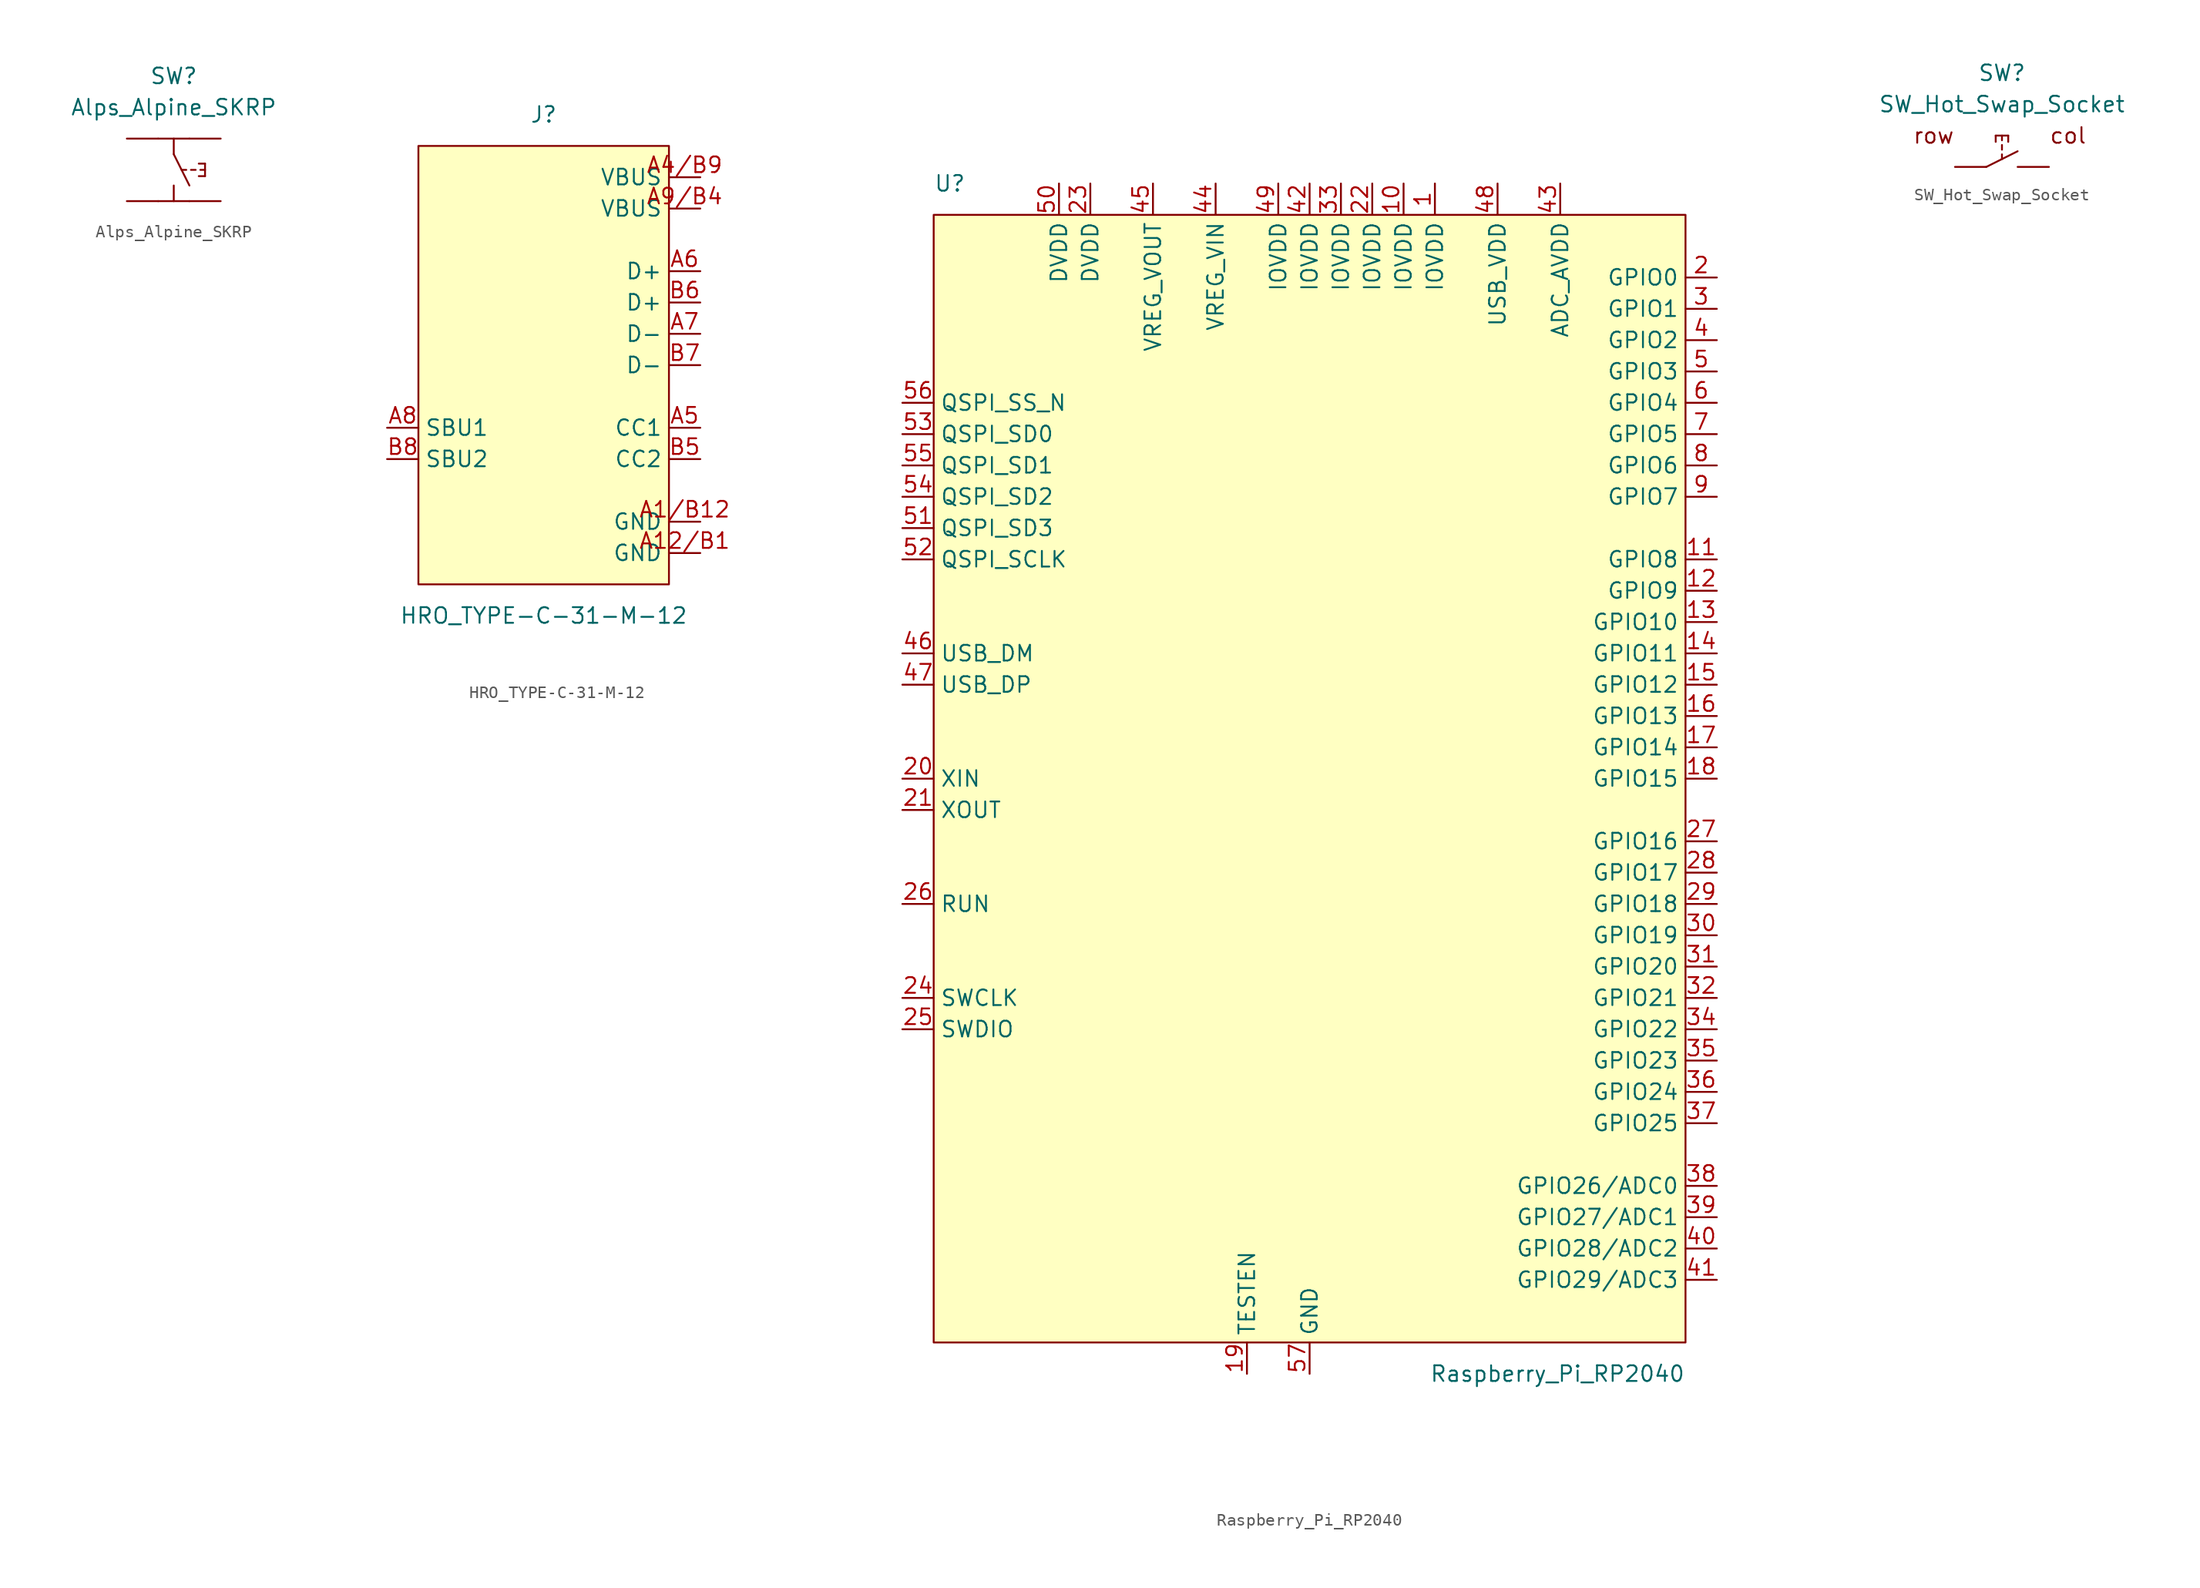
<source format=kicad_sym>
(kicad_symbol_lib
  (version 20220914)
  (generator kicad_symbol_editor)
  (symbol "Alps_Alpine_SKRP"
    (pin_numbers hide)
    (pin_names
      (offset 0) hide)
    (property "Reference" "SW"
      (at 0 7.62 0)
      (effects (font (size 1.27 1.27))))
    (property "Value" "Alps_Alpine_SKRP"
      (at 0 5.08 0)
      (effects (font (size 1.27 1.27))))
    (symbol "Alps_Alpine_SKRP_0_0"
      (polyline (pts (xy 0 1.27) (xy 1.27 -1.27)) (stroke (width 0) (type default) (color 0 0 0 0)) (fill (type none)))
      (polyline (pts (xy 0.635 0) (xy 1.016 0)) (stroke (width 0) (type default) (color 0 0 0 0)) (fill (type none)))
      (polyline (pts (xy 1.397 0) (xy 1.778 0)) (stroke (width 0) (type default) (color 0 0 0 0)) (fill (type none)))
      (polyline (pts (xy 2.032 -0.508) (xy 2.54 -0.508)) (stroke (width 0) (type default) (color 0 0 0 0)) (fill (type none)))
      (polyline (pts (xy 2.032 0.508) (xy 2.54 0.508)) (stroke (width 0) (type default) (color 0 0 0 0)) (fill (type none)))
      (polyline (pts (xy 2.159 0) (xy 2.54 0)) (stroke (width 0) (type default) (color 0 0 0 0)) (fill (type none)))
      (polyline (pts (xy 2.54 0.508) (xy 2.54 -0.508)) (stroke (width 0) (type default) (color 0 0 0 0)) (fill (type none))))
    (symbol "Alps_Alpine_SKRP_0_1"
      (polyline (pts (xy -1.27 -2.54) (xy 1.27 -2.54)) (stroke (width 0) (type default) (color 0 0 0 0)) (fill (type none)))
      (polyline (pts (xy 0 -1.27) (xy 0 -2.54)) (stroke (width 0) (type default) (color 0 0 0 0)) (fill (type none)))
      (polyline (pts (xy 0 2.54) (xy 0 1.27)) (stroke (width 0) (type default) (color 0 0 0 0)) (fill (type none)))
      (polyline (pts (xy 1.27 2.54) (xy -1.27 2.54)) (stroke (width 0) (type default) (color 0 0 0 0)) (fill (type none)))
      (pin passive line (at -3.81 2.54 0) (length 2.54) (name "1" (effects (font (size 1.27 1.27)))) (number "1" (effects (font (size 1.27 1.27)))))
      (pin passive line (at 3.81 2.54 180) (length 2.54) (name "2" (effects (font (size 1.27 1.27)))) (number "2" (effects (font (size 1.27 1.27)))))
      (pin passive line (at -3.81 -2.54 0) (length 2.54) (name "3" (effects (font (size 1.27 1.27)))) (number "3" (effects (font (size 1.27 1.27)))))
      (pin passive line (at 3.81 -2.54 180) (length 2.54) (name "4" (effects (font (size 1.27 1.27)))) (number "4" (effects (font (size 1.27 1.27)))))))
  (symbol "HRO_TYPE-C-31-M-12"
    (property "Reference" "J"
      (at 0 20.32 0)
      (effects (font (size 1.27 1.27))))
    (property "Value" "HRO_TYPE-C-31-M-12"
      (at 0 -20.32 0)
      (effects (font (size 1.27 1.27))))
    (symbol "HRO_TYPE-C-31-M-12_0_1"
      (rectangle (start -10.16 17.78) (end 10.16 -17.78) (stroke (width 0) (type default) (color 0 0 0 0)) (fill (type background))))
    (symbol "HRO_TYPE-C-31-M-12_1_1"
      (pin power_out line (at 12.7 -12.7 180) (length 2.54) (name "GND" (effects (font (size 1.27 1.27)))) (number "A1/B12" (effects (font (size 1.27 1.27)))))
      (pin power_out line (at 12.7 -15.24 180) (length 2.54) (name "GND" (effects (font (size 1.27 1.27)))) (number "A12/B1" (effects (font (size 1.27 1.27)))))
      (pin power_out line (at 12.7 15.24 180) (length 2.54) (name "VBUS" (effects (font (size 1.27 1.27)))) (number "A4/B9" (effects (font (size 1.27 1.27)))))
      (pin passive line (at 12.7 -5.08 180) (length 2.54) (name "CC1" (effects (font (size 1.27 1.27)))) (number "A5" (effects (font (size 1.27 1.27)))))
      (pin passive line (at 12.7 7.62 180) (length 2.54) (name "D+" (effects (font (size 1.27 1.27)))) (number "A6" (effects (font (size 1.27 1.27)))))
      (pin passive line (at 12.7 2.54 180) (length 2.54) (name "D-" (effects (font (size 1.27 1.27)))) (number "A7" (effects (font (size 1.27 1.27)))))
      (pin passive line (at -12.7 -5.08 0) (length 2.54) (name "SBU1" (effects (font (size 1.27 1.27)))) (number "A8" (effects (font (size 1.27 1.27)))))
      (pin power_out line (at 12.7 12.7 180) (length 2.54) (name "VBUS" (effects (font (size 1.27 1.27)))) (number "A9/B4" (effects (font (size 1.27 1.27)))))
      (pin passive line (at 12.7 -7.62 180) (length 2.54) (name "CC2" (effects (font (size 1.27 1.27)))) (number "B5" (effects (font (size 1.27 1.27)))))
      (pin passive line (at 12.7 5.08 180) (length 2.54) (name "D+" (effects (font (size 1.27 1.27)))) (number "B6" (effects (font (size 1.27 1.27)))))
      (pin passive line (at 12.7 0 180) (length 2.54) (name "D-" (effects (font (size 1.27 1.27)))) (number "B7" (effects (font (size 1.27 1.27)))))
      (pin passive line (at -12.7 -7.62 0) (length 2.54) (name "SBU2" (effects (font (size 1.27 1.27)))) (number "B8" (effects (font (size 1.27 1.27)))))))
  (symbol "Raspberry_Pi_RP2040"
    (property "Reference" "U"
      (at -30.48 48.26 0)
      (effects (font (size 1.27 1.27)) (justify left)))
    (property "Value" "Raspberry_Pi_RP2040"
      (at 30.48 -48.26 0)
      (effects (font (size 1.27 1.27)) (justify right)))
    (symbol "Raspberry_Pi_RP2040_0_1"
      (rectangle (start -30.48 45.72) (end 30.48 -45.72) (stroke (width 0) (type default) (color 0 0 0 0)) (fill (type background))))
    (symbol "Raspberry_Pi_RP2040_1_1"
      (pin power_in line (at 10.16 48.26 270) (length 2.54) (name "IOVDD" (effects (font (size 1.27 1.27)))) (number "1" (effects (font (size 1.27 1.27)))))
      (pin power_in line (at 7.62 48.26 270) (length 2.54) (name "IOVDD" (effects (font (size 1.27 1.27)))) (number "10" (effects (font (size 1.27 1.27)))))
      (pin bidirectional line (at 33.02 17.78 180) (length 2.54) (name "GPIO8" (effects (font (size 1.27 1.27)))) (number "11" (effects (font (size 1.27 1.27)))))
      (pin bidirectional line (at 33.02 15.24 180) (length 2.54) (name "GPIO9" (effects (font (size 1.27 1.27)))) (number "12" (effects (font (size 1.27 1.27)))))
      (pin bidirectional line (at 33.02 12.7 180) (length 2.54) (name "GPIO10" (effects (font (size 1.27 1.27)))) (number "13" (effects (font (size 1.27 1.27)))))
      (pin bidirectional line (at 33.02 10.16 180) (length 2.54) (name "GPIO11" (effects (font (size 1.27 1.27)))) (number "14" (effects (font (size 1.27 1.27)))))
      (pin bidirectional line (at 33.02 7.62 180) (length 2.54) (name "GPIO12" (effects (font (size 1.27 1.27)))) (number "15" (effects (font (size 1.27 1.27)))))
      (pin bidirectional line (at 33.02 5.08 180) (length 2.54) (name "GPIO13" (effects (font (size 1.27 1.27)))) (number "16" (effects (font (size 1.27 1.27)))))
      (pin bidirectional line (at 33.02 2.54 180) (length 2.54) (name "GPIO14" (effects (font (size 1.27 1.27)))) (number "17" (effects (font (size 1.27 1.27)))))
      (pin bidirectional line (at 33.02 0 180) (length 2.54) (name "GPIO15" (effects (font (size 1.27 1.27)))) (number "18" (effects (font (size 1.27 1.27)))))
      (pin passive line (at -5.08 -48.26 90) (length 2.54) (name "TESTEN" (effects (font (size 1.27 1.27)))) (number "19" (effects (font (size 1.27 1.27)))))
      (pin bidirectional line (at 33.02 40.64 180) (length 2.54) (name "GPIO0" (effects (font (size 1.27 1.27)))) (number "2" (effects (font (size 1.27 1.27)))))
      (pin input line (at -33.02 0 0) (length 2.54) (name "XIN" (effects (font (size 1.27 1.27)))) (number "20" (effects (font (size 1.27 1.27)))))
      (pin passive line (at -33.02 -2.54 0) (length 2.54) (name "XOUT" (effects (font (size 1.27 1.27)))) (number "21" (effects (font (size 1.27 1.27)))))
      (pin power_in line (at 5.08 48.26 270) (length 2.54) (name "IOVDD" (effects (font (size 1.27 1.27)))) (number "22" (effects (font (size 1.27 1.27)))))
      (pin power_in line (at -17.78 48.26 270) (length 2.54) (name "DVDD" (effects (font (size 1.27 1.27)))) (number "23" (effects (font (size 1.27 1.27)))))
      (pin output line (at -33.02 -17.78 0) (length 2.54) (name "SWCLK" (effects (font (size 1.27 1.27)))) (number "24" (effects (font (size 1.27 1.27)))))
      (pin bidirectional line (at -33.02 -20.32 0) (length 2.54) (name "SWDIO" (effects (font (size 1.27 1.27)))) (number "25" (effects (font (size 1.27 1.27)))))
      (pin input line (at -33.02 -10.16 0) (length 2.54) (name "RUN" (effects (font (size 1.27 1.27)))) (number "26" (effects (font (size 1.27 1.27)))))
      (pin bidirectional line (at 33.02 -5.08 180) (length 2.54) (name "GPIO16" (effects (font (size 1.27 1.27)))) (number "27" (effects (font (size 1.27 1.27)))))
      (pin bidirectional line (at 33.02 -7.62 180) (length 2.54) (name "GPIO17" (effects (font (size 1.27 1.27)))) (number "28" (effects (font (size 1.27 1.27)))))
      (pin bidirectional line (at 33.02 -10.16 180) (length 2.54) (name "GPIO18" (effects (font (size 1.27 1.27)))) (number "29" (effects (font (size 1.27 1.27)))))
      (pin bidirectional line (at 33.02 38.1 180) (length 2.54) (name "GPIO1" (effects (font (size 1.27 1.27)))) (number "3" (effects (font (size 1.27 1.27)))))
      (pin bidirectional line (at 33.02 -12.7 180) (length 2.54) (name "GPIO19" (effects (font (size 1.27 1.27)))) (number "30" (effects (font (size 1.27 1.27)))))
      (pin bidirectional line (at 33.02 -15.24 180) (length 2.54) (name "GPIO20" (effects (font (size 1.27 1.27)))) (number "31" (effects (font (size 1.27 1.27)))))
      (pin bidirectional line (at 33.02 -17.78 180) (length 2.54) (name "GPIO21" (effects (font (size 1.27 1.27)))) (number "32" (effects (font (size 1.27 1.27)))))
      (pin power_in line (at 2.54 48.26 270) (length 2.54) (name "IOVDD" (effects (font (size 1.27 1.27)))) (number "33" (effects (font (size 1.27 1.27)))))
      (pin bidirectional line (at 33.02 -20.32 180) (length 2.54) (name "GPIO22" (effects (font (size 1.27 1.27)))) (number "34" (effects (font (size 1.27 1.27)))))
      (pin bidirectional line (at 33.02 -22.86 180) (length 2.54) (name "GPIO23" (effects (font (size 1.27 1.27)))) (number "35" (effects (font (size 1.27 1.27)))))
      (pin bidirectional line (at 33.02 -25.4 180) (length 2.54) (name "GPIO24" (effects (font (size 1.27 1.27)))) (number "36" (effects (font (size 1.27 1.27)))))
      (pin bidirectional line (at 33.02 -27.94 180) (length 2.54) (name "GPIO25" (effects (font (size 1.27 1.27)))) (number "37" (effects (font (size 1.27 1.27)))))
      (pin bidirectional line (at 33.02 -33.02 180) (length 2.54) (name "GPIO26/ADC0" (effects (font (size 1.27 1.27)))) (number "38" (effects (font (size 1.27 1.27)))))
      (pin bidirectional line (at 33.02 -35.56 180) (length 2.54) (name "GPIO27/ADC1" (effects (font (size 1.27 1.27)))) (number "39" (effects (font (size 1.27 1.27)))))
      (pin bidirectional line (at 33.02 35.56 180) (length 2.54) (name "GPIO2" (effects (font (size 1.27 1.27)))) (number "4" (effects (font (size 1.27 1.27)))))
      (pin bidirectional line (at 33.02 -38.1 180) (length 2.54) (name "GPIO28/ADC2" (effects (font (size 1.27 1.27)))) (number "40" (effects (font (size 1.27 1.27)))))
      (pin bidirectional line (at 33.02 -40.64 180) (length 2.54) (name "GPIO29/ADC3" (effects (font (size 1.27 1.27)))) (number "41" (effects (font (size 1.27 1.27)))))
      (pin power_in line (at 0 48.26 270) (length 2.54) (name "IOVDD" (effects (font (size 1.27 1.27)))) (number "42" (effects (font (size 1.27 1.27)))))
      (pin power_in line (at 20.32 48.26 270) (length 2.54) (name "ADC_AVDD" (effects (font (size 1.27 1.27)))) (number "43" (effects (font (size 1.27 1.27)))))
      (pin power_in line (at -7.62 48.26 270) (length 2.54) (name "VREG_VIN" (effects (font (size 1.27 1.27)))) (number "44" (effects (font (size 1.27 1.27)))))
      (pin power_out line (at -12.7 48.26 270) (length 2.54) (name "VREG_VOUT" (effects (font (size 1.27 1.27)))) (number "45" (effects (font (size 1.27 1.27)))))
      (pin bidirectional line (at -33.02 10.16 0) (length 2.54) (name "USB_DM" (effects (font (size 1.27 1.27)))) (number "46" (effects (font (size 1.27 1.27)))))
      (pin bidirectional line (at -33.02 7.62 0) (length 2.54) (name "USB_DP" (effects (font (size 1.27 1.27)))) (number "47" (effects (font (size 1.27 1.27)))))
      (pin power_in line (at 15.24 48.26 270) (length 2.54) (name "USB_VDD" (effects (font (size 1.27 1.27)))) (number "48" (effects (font (size 1.27 1.27)))))
      (pin power_in line (at -2.54 48.26 270) (length 2.54) (name "IOVDD" (effects (font (size 1.27 1.27)))) (number "49" (effects (font (size 1.27 1.27)))))
      (pin bidirectional line (at 33.02 33.02 180) (length 2.54) (name "GPIO3" (effects (font (size 1.27 1.27)))) (number "5" (effects (font (size 1.27 1.27)))))
      (pin power_in line (at -20.32 48.26 270) (length 2.54) (name "DVDD" (effects (font (size 1.27 1.27)))) (number "50" (effects (font (size 1.27 1.27)))))
      (pin bidirectional line (at -33.02 20.32 0) (length 2.54) (name "QSPI_SD3" (effects (font (size 1.27 1.27)))) (number "51" (effects (font (size 1.27 1.27)))))
      (pin output line (at -33.02 17.78 0) (length 2.54) (name "QSPI_SCLK" (effects (font (size 1.27 1.27)))) (number "52" (effects (font (size 1.27 1.27)))))
      (pin bidirectional line (at -33.02 27.94 0) (length 2.54) (name "QSPI_SD0" (effects (font (size 1.27 1.27)))) (number "53" (effects (font (size 1.27 1.27)))))
      (pin bidirectional line (at -33.02 22.86 0) (length 2.54) (name "QSPI_SD2" (effects (font (size 1.27 1.27)))) (number "54" (effects (font (size 1.27 1.27)))))
      (pin bidirectional line (at -33.02 25.4 0) (length 2.54) (name "QSPI_SD1" (effects (font (size 1.27 1.27)))) (number "55" (effects (font (size 1.27 1.27)))))
      (pin bidirectional line (at -33.02 30.48 0) (length 2.54) (name "QSPI_SS_N" (effects (font (size 1.27 1.27)))) (number "56" (effects (font (size 1.27 1.27)))))
      (pin power_in line (at 0 -48.26 90) (length 2.54) (name "GND" (effects (font (size 1.27 1.27)))) (number "57" (effects (font (size 1.27 1.27)))))
      (pin bidirectional line (at 33.02 30.48 180) (length 2.54) (name "GPIO4" (effects (font (size 1.27 1.27)))) (number "6" (effects (font (size 1.27 1.27)))))
      (pin bidirectional line (at 33.02 27.94 180) (length 2.54) (name "GPIO5" (effects (font (size 1.27 1.27)))) (number "7" (effects (font (size 1.27 1.27)))))
      (pin bidirectional line (at 33.02 25.4 180) (length 2.54) (name "GPIO6" (effects (font (size 1.27 1.27)))) (number "8" (effects (font (size 1.27 1.27)))))
      (pin bidirectional line (at 33.02 22.86 180) (length 2.54) (name "GPIO7" (effects (font (size 1.27 1.27)))) (number "9" (effects (font (size 1.27 1.27)))))))
  (symbol "SW_Hot_Swap_Socket"
    (pin_numbers hide)
    (pin_names
      (offset 0) hide)
    (property "Reference" "SW"
      (at 0 5.08 0)
      (effects (font (size 1.27 1.27))))
    (property "Value" "SW_Hot_Swap_Socket"
      (at 0 2.54 0)
      (effects (font (size 1.27 1.27))))
    (symbol "SW_Hot_Swap_Socket_0_0"
      (polyline (pts (xy -1.27 -2.54) (xy 1.27 -1.27)) (stroke (width 0) (type default) (color 0 0 0 0)) (fill (type none)))
      (polyline (pts (xy -0.508 -0.508) (xy -0.508 0)) (stroke (width 0) (type default) (color 0 0 0 0)) (fill (type none)))
      (polyline (pts (xy -0.508 0) (xy 0.508 0)) (stroke (width 0) (type default) (color 0 0 0 0)) (fill (type none)))
      (polyline (pts (xy 0 -1.905) (xy 0 -1.524)) (stroke (width 0) (type default) (color 0 0 0 0)) (fill (type none)))
      (polyline (pts (xy 0 -1.143) (xy 0 -0.762)) (stroke (width 0) (type default) (color 0 0 0 0)) (fill (type none)))
      (polyline (pts (xy 0 -0.381) (xy 0 0)) (stroke (width 0) (type default) (color 0 0 0 0)) (fill (type none)))
      (polyline (pts (xy 0.508 -0.508) (xy 0.508 0)) (stroke (width 0) (type default) (color 0 0 0 0)) (fill (type none)))
      (text "col" (at 3.81 0 0) (effects (font (size 1.27 1.27)) (justify left)))
      (text "row" (at -3.81 0 0) (effects (font (size 1.27 1.27)) (justify right))))
    (symbol "SW_Hot_Swap_Socket_0_1"
      (pin passive line (at -3.81 -2.54 0) (length 2.54) (name "1" (effects (font (size 1.27 1.27)))) (number "1" (effects (font (size 1.27 1.27)))))
      (pin passive line (at 3.81 -2.54 180) (length 2.54) (name "2" (effects (font (size 1.27 1.27)))) (number "2" (effects (font (size 1.27 1.27))))))))
</source>
